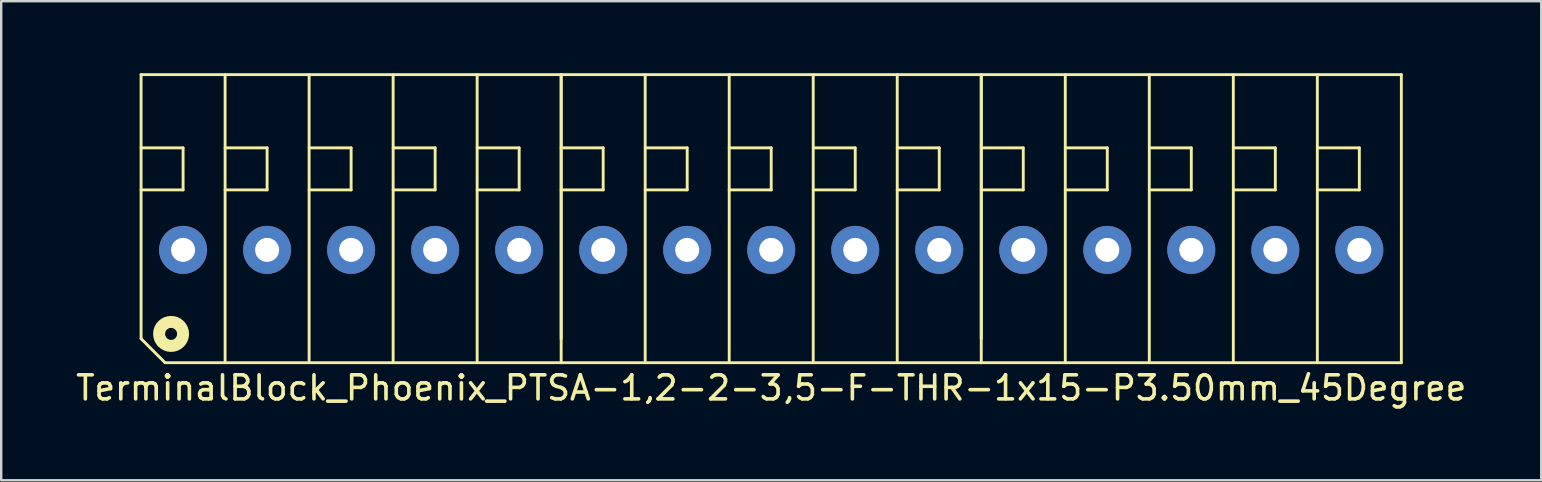
<source format=kicad_pcb>
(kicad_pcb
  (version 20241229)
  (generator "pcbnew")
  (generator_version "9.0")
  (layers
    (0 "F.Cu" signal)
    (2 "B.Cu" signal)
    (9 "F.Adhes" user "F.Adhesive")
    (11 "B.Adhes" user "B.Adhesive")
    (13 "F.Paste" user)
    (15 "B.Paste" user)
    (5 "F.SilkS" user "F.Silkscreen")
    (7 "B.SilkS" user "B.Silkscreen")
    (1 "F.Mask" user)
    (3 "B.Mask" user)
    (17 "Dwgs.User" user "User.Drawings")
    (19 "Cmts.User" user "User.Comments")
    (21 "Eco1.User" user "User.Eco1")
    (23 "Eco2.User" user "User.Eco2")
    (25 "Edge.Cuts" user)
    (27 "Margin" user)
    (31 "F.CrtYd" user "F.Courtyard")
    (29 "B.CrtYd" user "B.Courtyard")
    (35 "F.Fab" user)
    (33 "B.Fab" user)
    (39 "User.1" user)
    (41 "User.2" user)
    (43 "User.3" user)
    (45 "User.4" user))
  (footprint "TerminalBlock_Phoenix_PTSA-1,2-2-3,5-F-THR-1x15-P3.50mm_45Degree"
    (layer "F.Cu")
    (at 29.077 7.36)
    (property "Reference" "TerminalBlock_Phoenix_PTSA-1,2-2-3,5-F-THR-1x15-P3.50mm_45Degree" (at 0 5.75 0) (layer "F.SilkS") (effects (font (size 1 1) (thickness 0.15))))
    (attr through_hole)
    (fp_line (start -26.25 -7.3) (end -26.25 3.7) (stroke (width 0.12) (type solid)) (layer "F.SilkS"))
    (fp_line (start -26.25 -7.3) (end -8.75 -7.3) (stroke (width 0.12) (type solid)) (layer "F.SilkS"))
    (fp_line (start -26.25 -2.5) (end -24.5 -2.5) (stroke (width 0.12) (type solid)) (layer "F.SilkS"))
    (fp_line (start -26.25 3.7) (end -25.25 4.7) (stroke (width 0.12) (type solid)) (layer "F.SilkS"))
    (fp_line (start -24.5 -4.25) (end -26.25 -4.25) (stroke (width 0.12) (type solid)) (layer "F.SilkS"))
    (fp_line (start -24.5 -2.5) (end -24.5 -4.25) (stroke (width 0.12) (type solid)) (layer "F.SilkS"))
    (fp_line (start -22.75 -7.3) (end -22.75 4.7) (stroke (width 0.12) (type solid)) (layer "F.SilkS"))
    (fp_line (start -22.75 -2.5) (end -21 -2.5) (stroke (width 0.12) (type solid)) (layer "F.SilkS"))
    (fp_line (start -21 -4.25) (end -22.75 -4.25) (stroke (width 0.12) (type solid)) (layer "F.SilkS"))
    (fp_line (start -21 -2.5) (end -21 -4.25) (stroke (width 0.12) (type solid)) (layer "F.SilkS"))
    (fp_line (start -19.25 -7.3) (end -19.25 4.7) (stroke (width 0.12) (type solid)) (layer "F.SilkS"))
    (fp_line (start -19.25 -2.5) (end -17.5 -2.5) (stroke (width 0.12) (type solid)) (layer "F.SilkS"))
    (fp_line (start -17.5 -4.25) (end -19.25 -4.25) (stroke (width 0.12) (type solid)) (layer "F.SilkS"))
    (fp_line (start -17.5 -2.5) (end -17.5 -4.25) (stroke (width 0.12) (type solid)) (layer "F.SilkS"))
    (fp_line (start -15.75 -7.3) (end -15.75 4.7) (stroke (width 0.12) (type solid)) (layer "F.SilkS"))
    (fp_line (start -15.75 -2.5) (end -14 -2.5) (stroke (width 0.12) (type solid)) (layer "F.SilkS"))
    (fp_line (start -14 -4.25) (end -15.75 -4.25) (stroke (width 0.12) (type solid)) (layer "F.SilkS"))
    (fp_line (start -14 -2.5) (end -14 -4.25) (stroke (width 0.12) (type solid)) (layer "F.SilkS"))
    (fp_line (start -12.25 -7.3) (end -12.25 4.7) (stroke (width 0.12) (type solid)) (layer "F.SilkS"))
    (fp_line (start -12.25 -2.5) (end -10.5 -2.5) (stroke (width 0.12) (type solid)) (layer "F.SilkS"))
    (fp_line (start -10.5 -4.25) (end -12.25 -4.25) (stroke (width 0.12) (type solid)) (layer "F.SilkS"))
    (fp_line (start -10.5 -2.5) (end -10.5 -4.25) (stroke (width 0.12) (type solid)) (layer "F.SilkS"))
    (fp_line (start -8.75 -7.3) (end -8.75 3.7) (stroke (width 0.12) (type solid)) (layer "F.SilkS"))
    (fp_line (start -8.75 -7.3) (end -8.75 4.7) (stroke (width 0.12) (type solid)) (layer "F.SilkS"))
    (fp_line (start -8.75 -7.3) (end 8.75 -7.3) (stroke (width 0.12) (type solid)) (layer "F.SilkS"))
    (fp_line (start -8.75 -2.5) (end -7 -2.5) (stroke (width 0.12) (type solid)) (layer "F.SilkS"))
    (fp_line (start -8.75 4.7) (end -25.25 4.7) (stroke (width 0.12) (type solid)) (layer "F.SilkS"))
    (fp_line (start -7 -4.25) (end -8.75 -4.25) (stroke (width 0.12) (type solid)) (layer "F.SilkS"))
    (fp_line (start -7 -2.5) (end -7 -4.25) (stroke (width 0.12) (type solid)) (layer "F.SilkS"))
    (fp_line (start -5.25 -7.3) (end -5.25 4.7) (stroke (width 0.12) (type solid)) (layer "F.SilkS"))
    (fp_line (start -5.25 -2.5) (end -3.5 -2.5) (stroke (width 0.12) (type solid)) (layer "F.SilkS"))
    (fp_line (start -3.5 -4.25) (end -5.25 -4.25) (stroke (width 0.12) (type solid)) (layer "F.SilkS"))
    (fp_line (start -3.5 -2.5) (end -3.5 -4.25) (stroke (width 0.12) (type solid)) (layer "F.SilkS"))
    (fp_line (start -1.75 -7.3) (end -1.75 4.7) (stroke (width 0.12) (type solid)) (layer "F.SilkS"))
    (fp_line (start -1.75 -2.5) (end 0 -2.5) (stroke (width 0.12) (type solid)) (layer "F.SilkS"))
    (fp_line (start 0 -4.25) (end -1.75 -4.25) (stroke (width 0.12) (type solid)) (layer "F.SilkS"))
    (fp_line (start 0 -2.5) (end 0 -4.25) (stroke (width 0.12) (type solid)) (layer "F.SilkS"))
    (fp_line (start 1.75 -7.3) (end 1.75 4.7) (stroke (width 0.12) (type solid)) (layer "F.SilkS"))
    (fp_line (start 1.75 -2.5) (end 3.5 -2.5) (stroke (width 0.12) (type solid)) (layer "F.SilkS"))
    (fp_line (start 3.5 -4.25) (end 1.75 -4.25) (stroke (width 0.12) (type solid)) (layer "F.SilkS"))
    (fp_line (start 3.5 -2.5) (end 3.5 -4.25) (stroke (width 0.12) (type solid)) (layer "F.SilkS"))
    (fp_line (start 5.25 -7.3) (end 5.25 4.7) (stroke (width 0.12) (type solid)) (layer "F.SilkS"))
    (fp_line (start 5.25 -2.5) (end 7 -2.5) (stroke (width 0.12) (type solid)) (layer "F.SilkS"))
    (fp_line (start 7 -4.25) (end 5.25 -4.25) (stroke (width 0.12) (type solid)) (layer "F.SilkS"))
    (fp_line (start 7 -2.5) (end 7 -4.25) (stroke (width 0.12) (type solid)) (layer "F.SilkS"))
    (fp_line (start 8.75 -7.3) (end 8.75 3.7) (stroke (width 0.12) (type solid)) (layer "F.SilkS"))
    (fp_line (start 8.75 -7.3) (end 8.75 4.7) (stroke (width 0.12) (type solid)) (layer "F.SilkS"))
    (fp_line (start 8.75 -7.3) (end 26.25 -7.3) (stroke (width 0.12) (type solid)) (layer "F.SilkS"))
    (fp_line (start 8.75 -2.5) (end 10.5 -2.5) (stroke (width 0.12) (type solid)) (layer "F.SilkS"))
    (fp_line (start 8.75 4.7) (end -8.75 4.7) (stroke (width 0.12) (type solid)) (layer "F.SilkS"))
    (fp_line (start 10.5 -4.25) (end 8.75 -4.25) (stroke (width 0.12) (type solid)) (layer "F.SilkS"))
    (fp_line (start 10.5 -2.5) (end 10.5 -4.25) (stroke (width 0.12) (type solid)) (layer "F.SilkS"))
    (fp_line (start 12.25 -7.3) (end 12.25 4.7) (stroke (width 0.12) (type solid)) (layer "F.SilkS"))
    (fp_line (start 12.25 -2.5) (end 14 -2.5) (stroke (width 0.12) (type solid)) (layer "F.SilkS"))
    (fp_line (start 14 -4.25) (end 12.25 -4.25) (stroke (width 0.12) (type solid)) (layer "F.SilkS"))
    (fp_line (start 14 -2.5) (end 14 -4.25) (stroke (width 0.12) (type solid)) (layer "F.SilkS"))
    (fp_line (start 15.75 -7.3) (end 15.75 4.7) (stroke (width 0.12) (type solid)) (layer "F.SilkS"))
    (fp_line (start 15.75 -2.5) (end 17.5 -2.5) (stroke (width 0.12) (type solid)) (layer "F.SilkS"))
    (fp_line (start 17.5 -4.25) (end 15.75 -4.25) (stroke (width 0.12) (type solid)) (layer "F.SilkS"))
    (fp_line (start 17.5 -2.5) (end 17.5 -4.25) (stroke (width 0.12) (type solid)) (layer "F.SilkS"))
    (fp_line (start 19.25 -7.3) (end 19.25 4.7) (stroke (width 0.12) (type solid)) (layer "F.SilkS"))
    (fp_line (start 19.25 -2.5) (end 21 -2.5) (stroke (width 0.12) (type solid)) (layer "F.SilkS"))
    (fp_line (start 21 -4.25) (end 19.25 -4.25) (stroke (width 0.12) (type solid)) (layer "F.SilkS"))
    (fp_line (start 21 -2.5) (end 21 -4.25) (stroke (width 0.12) (type solid)) (layer "F.SilkS"))
    (fp_line (start 22.75 -7.3) (end 22.75 4.7) (stroke (width 0.12) (type solid)) (layer "F.SilkS"))
    (fp_line (start 22.75 -2.5) (end 24.5 -2.5) (stroke (width 0.12) (type solid)) (layer "F.SilkS"))
    (fp_line (start 24.5 -4.25) (end 22.75 -4.25) (stroke (width 0.12) (type solid)) (layer "F.SilkS"))
    (fp_line (start 24.5 -2.5) (end 24.5 -4.25) (stroke (width 0.12) (type solid)) (layer "F.SilkS"))
    (fp_line (start 26.25 -7.3) (end 26.25 4.7) (stroke (width 0.12) (type solid)) (layer "F.SilkS"))
    (fp_line (start 26.25 4.7) (end 8.75 4.7) (stroke (width 0.12) (type solid)) (layer "F.SilkS"))
    (fp_circle (center -25 3.5) (end -24.5 3.5) (stroke (width 0.5) (type solid)) (fill no) (layer "F.SilkS"))
    (pad "1" thru_hole circle (at -24.5 0) (size 2 2) (drill 1) (layers "*.Cu" "*.Mask"))
    (pad "2" thru_hole circle (at -21 0) (size 2 2) (drill 1) (layers "*.Cu" "*.Mask"))
    (pad "3" thru_hole circle (at -17.5 0) (size 2 2) (drill 1) (layers "*.Cu" "*.Mask"))
    (pad "4" thru_hole circle (at -14 0) (size 2 2) (drill 1) (layers "*.Cu" "*.Mask"))
    (pad "5" thru_hole circle (at -10.5 0) (size 2 2) (drill 1) (layers "*.Cu" "*.Mask"))
    (pad "6" thru_hole circle (at -7 0) (size 2 2) (drill 1) (layers "*.Cu" "*.Mask"))
    (pad "7" thru_hole circle (at -3.5 0) (size 2 2) (drill 1) (layers "*.Cu" "*.Mask"))
    (pad "8" thru_hole circle (at 0 0) (size 2 2) (drill 1) (layers "*.Cu" "*.Mask"))
    (pad "9" thru_hole circle (at 3.5 0) (size 2 2) (drill 1) (layers "*.Cu" "*.Mask"))
    (pad "10" thru_hole circle (at 7 0) (size 2 2) (drill 1) (layers "*.Cu" "*.Mask"))
    (pad "11" thru_hole circle (at 10.5 0) (size 2 2) (drill 1) (layers "*.Cu" "*.Mask"))
    (pad "12" thru_hole circle (at 14 0) (size 2 2) (drill 1) (layers "*.Cu" "*.Mask"))
    (pad "13" thru_hole circle (at 17.5 0) (size 2 2) (drill 1) (layers "*.Cu" "*.Mask"))
    (pad "14" thru_hole circle (at 21 0) (size 2 2) (drill 1) (layers "*.Cu" "*.Mask"))
    (pad "15" thru_hole circle (at 24.5 0) (size 2 2) (drill 1) (layers "*.Cu" "*.Mask")))
  (gr_rect
    (start -3 -3)
    (end 61.155 16.958)
    (stroke (width 0.1) (type default))
    (fill no)
    (layer "Edge.Cuts")))
</source>
